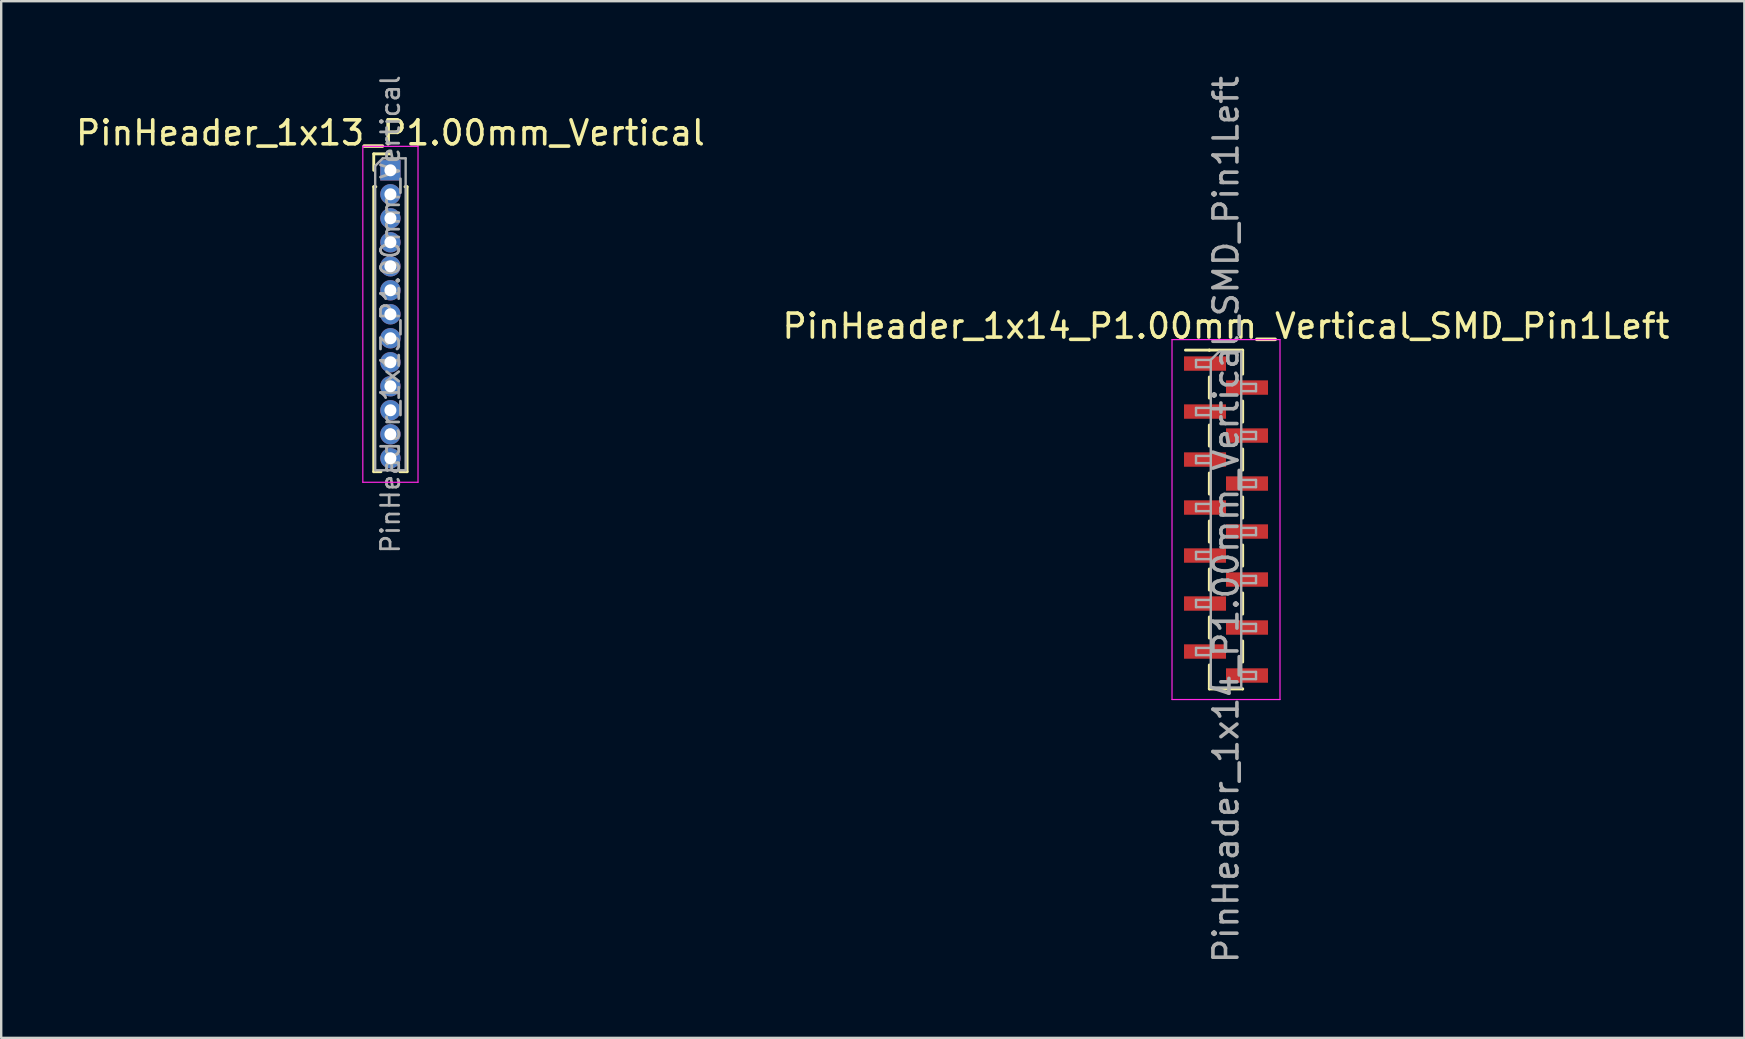
<source format=kicad_pcb>
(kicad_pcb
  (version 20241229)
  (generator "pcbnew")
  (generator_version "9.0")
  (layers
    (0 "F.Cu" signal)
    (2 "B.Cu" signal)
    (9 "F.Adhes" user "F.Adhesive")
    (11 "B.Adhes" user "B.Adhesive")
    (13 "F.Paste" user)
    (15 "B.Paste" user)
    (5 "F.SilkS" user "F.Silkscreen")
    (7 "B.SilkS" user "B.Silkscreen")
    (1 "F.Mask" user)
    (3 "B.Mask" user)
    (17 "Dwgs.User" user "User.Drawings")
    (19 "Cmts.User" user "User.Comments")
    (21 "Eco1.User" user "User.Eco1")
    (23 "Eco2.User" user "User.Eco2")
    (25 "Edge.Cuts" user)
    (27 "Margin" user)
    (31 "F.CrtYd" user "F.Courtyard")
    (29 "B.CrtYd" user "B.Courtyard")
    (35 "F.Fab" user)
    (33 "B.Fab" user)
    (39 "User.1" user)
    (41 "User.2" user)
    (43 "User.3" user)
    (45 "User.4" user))
  (footprint "PinHeader_1x14_P1.00mm_Vertical_SMD_Pin1Left"
    (layer "F.Cu")
    (at 48.042 18.601)
    (property "Reference" "PinHeader_1x14_P1.00mm_Vertical_SMD_Pin1Left" (at 0 -8.06 0) (layer "F.SilkS") (effects (font (size 1 1) (thickness 0.15))))
    (attr smd)
    (fp_line (start -0.695 -7.06) (end -1.69 -7.06) (stroke (width 0.12) (type solid)) (layer "F.SilkS"))
    (fp_line (start -0.695 -7.06) (end -0.695 -7.06) (stroke (width 0.12) (type solid)) (layer "F.SilkS"))
    (fp_line (start -0.695 -7.06) (end 0.695 -7.06) (stroke (width 0.12) (type solid)) (layer "F.SilkS"))
    (fp_line (start -0.695 -5.94) (end -0.695 -5.06) (stroke (width 0.12) (type solid)) (layer "F.SilkS"))
    (fp_line (start -0.695 -3.94) (end -0.695 -3.06) (stroke (width 0.12) (type solid)) (layer "F.SilkS"))
    (fp_line (start -0.695 -1.94) (end -0.695 -1.06) (stroke (width 0.12) (type solid)) (layer "F.SilkS"))
    (fp_line (start -0.695 0.06) (end -0.695 0.94) (stroke (width 0.12) (type solid)) (layer "F.SilkS"))
    (fp_line (start -0.695 2.06) (end -0.695 2.94) (stroke (width 0.12) (type solid)) (layer "F.SilkS"))
    (fp_line (start -0.695 4.06) (end -0.695 4.94) (stroke (width 0.12) (type solid)) (layer "F.SilkS"))
    (fp_line (start -0.695 6.06) (end -0.695 7.06) (stroke (width 0.12) (type solid)) (layer "F.SilkS"))
    (fp_line (start -0.695 7.06) (end 0.695 7.06) (stroke (width 0.12) (type solid)) (layer "F.SilkS"))
    (fp_line (start 0.695 -7.06) (end 0.695 -6.06) (stroke (width 0.12) (type solid)) (layer "F.SilkS"))
    (fp_line (start 0.695 -4.94) (end 0.695 -4.06) (stroke (width 0.12) (type solid)) (layer "F.SilkS"))
    (fp_line (start 0.695 -2.94) (end 0.695 -2.06) (stroke (width 0.12) (type solid)) (layer "F.SilkS"))
    (fp_line (start 0.695 -0.94) (end 0.695 -0.06) (stroke (width 0.12) (type solid)) (layer "F.SilkS"))
    (fp_line (start 0.695 1.06) (end 0.695 1.94) (stroke (width 0.12) (type solid)) (layer "F.SilkS"))
    (fp_line (start 0.695 3.06) (end 0.695 3.94) (stroke (width 0.12) (type solid)) (layer "F.SilkS"))
    (fp_line (start 0.695 5.06) (end 0.695 5.94) (stroke (width 0.12) (type solid)) (layer "F.SilkS"))
    (fp_line (start 0.695 7.06) (end 0.695 7.06) (stroke (width 0.12) (type solid)) (layer "F.SilkS"))
    (fp_line (start -2.25 -7.5) (end -2.25 7.5) (stroke (width 0.05) (type solid)) (layer "F.CrtYd"))
    (fp_line (start -2.25 7.5) (end 2.25 7.5) (stroke (width 0.05) (type solid)) (layer "F.CrtYd"))
    (fp_line (start 2.25 -7.5) (end -2.25 -7.5) (stroke (width 0.05) (type solid)) (layer "F.CrtYd"))
    (fp_line (start 2.25 7.5) (end 2.25 -7.5) (stroke (width 0.05) (type solid)) (layer "F.CrtYd"))
    (fp_line (start -1.25 -6.65) (end -1.25 -6.35) (stroke (width 0.1) (type solid)) (layer "F.Fab"))
    (fp_line (start -1.25 -6.35) (end -0.635 -6.35) (stroke (width 0.1) (type solid)) (layer "F.Fab"))
    (fp_line (start -1.25 -4.65) (end -1.25 -4.35) (stroke (width 0.1) (type solid)) (layer "F.Fab"))
    (fp_line (start -1.25 -4.35) (end -0.635 -4.35) (stroke (width 0.1) (type solid)) (layer "F.Fab"))
    (fp_line (start -1.25 -2.65) (end -1.25 -2.35) (stroke (width 0.1) (type solid)) (layer "F.Fab"))
    (fp_line (start -1.25 -2.35) (end -0.635 -2.35) (stroke (width 0.1) (type solid)) (layer "F.Fab"))
    (fp_line (start -1.25 -0.65) (end -1.25 -0.35) (stroke (width 0.1) (type solid)) (layer "F.Fab"))
    (fp_line (start -1.25 -0.35) (end -0.635 -0.35) (stroke (width 0.1) (type solid)) (layer "F.Fab"))
    (fp_line (start -1.25 1.35) (end -1.25 1.65) (stroke (width 0.1) (type solid)) (layer "F.Fab"))
    (fp_line (start -1.25 1.65) (end -0.635 1.65) (stroke (width 0.1) (type solid)) (layer "F.Fab"))
    (fp_line (start -1.25 3.35) (end -1.25 3.65) (stroke (width 0.1) (type solid)) (layer "F.Fab"))
    (fp_line (start -1.25 3.65) (end -0.635 3.65) (stroke (width 0.1) (type solid)) (layer "F.Fab"))
    (fp_line (start -1.25 5.35) (end -1.25 5.65) (stroke (width 0.1) (type solid)) (layer "F.Fab"))
    (fp_line (start -1.25 5.65) (end -0.635 5.65) (stroke (width 0.1) (type solid)) (layer "F.Fab"))
    (fp_line (start -0.635 -6.65) (end -1.25 -6.65) (stroke (width 0.1) (type solid)) (layer "F.Fab"))
    (fp_line (start -0.635 -6.65) (end -0.285 -7) (stroke (width 0.1) (type solid)) (layer "F.Fab"))
    (fp_line (start -0.635 -4.65) (end -1.25 -4.65) (stroke (width 0.1) (type solid)) (layer "F.Fab"))
    (fp_line (start -0.635 -2.65) (end -1.25 -2.65) (stroke (width 0.1) (type solid)) (layer "F.Fab"))
    (fp_line (start -0.635 -0.65) (end -1.25 -0.65) (stroke (width 0.1) (type solid)) (layer "F.Fab"))
    (fp_line (start -0.635 1.35) (end -1.25 1.35) (stroke (width 0.1) (type solid)) (layer "F.Fab"))
    (fp_line (start -0.635 3.35) (end -1.25 3.35) (stroke (width 0.1) (type solid)) (layer "F.Fab"))
    (fp_line (start -0.635 5.35) (end -1.25 5.35) (stroke (width 0.1) (type solid)) (layer "F.Fab"))
    (fp_line (start -0.635 7) (end -0.635 -6.65) (stroke (width 0.1) (type solid)) (layer "F.Fab"))
    (fp_line (start -0.285 -7) (end 0.635 -7) (stroke (width 0.1) (type solid)) (layer "F.Fab"))
    (fp_line (start 0.635 -7) (end 0.635 7) (stroke (width 0.1) (type solid)) (layer "F.Fab"))
    (fp_line (start 0.635 -5.65) (end 1.25 -5.65) (stroke (width 0.1) (type solid)) (layer "F.Fab"))
    (fp_line (start 0.635 -3.65) (end 1.25 -3.65) (stroke (width 0.1) (type solid)) (layer "F.Fab"))
    (fp_line (start 0.635 -1.65) (end 1.25 -1.65) (stroke (width 0.1) (type solid)) (layer "F.Fab"))
    (fp_line (start 0.635 0.35) (end 1.25 0.35) (stroke (width 0.1) (type solid)) (layer "F.Fab"))
    (fp_line (start 0.635 2.35) (end 1.25 2.35) (stroke (width 0.1) (type solid)) (layer "F.Fab"))
    (fp_line (start 0.635 4.35) (end 1.25 4.35) (stroke (width 0.1) (type solid)) (layer "F.Fab"))
    (fp_line (start 0.635 6.35) (end 1.25 6.35) (stroke (width 0.1) (type solid)) (layer "F.Fab"))
    (fp_line (start 0.635 7) (end -0.635 7) (stroke (width 0.1) (type solid)) (layer "F.Fab"))
    (fp_line (start 1.25 -5.65) (end 1.25 -5.35) (stroke (width 0.1) (type solid)) (layer "F.Fab"))
    (fp_line (start 1.25 -5.35) (end 0.635 -5.35) (stroke (width 0.1) (type solid)) (layer "F.Fab"))
    (fp_line (start 1.25 -3.65) (end 1.25 -3.35) (stroke (width 0.1) (type solid)) (layer "F.Fab"))
    (fp_line (start 1.25 -3.35) (end 0.635 -3.35) (stroke (width 0.1) (type solid)) (layer "F.Fab"))
    (fp_line (start 1.25 -1.65) (end 1.25 -1.35) (stroke (width 0.1) (type solid)) (layer "F.Fab"))
    (fp_line (start 1.25 -1.35) (end 0.635 -1.35) (stroke (width 0.1) (type solid)) (layer "F.Fab"))
    (fp_line (start 1.25 0.35) (end 1.25 0.65) (stroke (width 0.1) (type solid)) (layer "F.Fab"))
    (fp_line (start 1.25 0.65) (end 0.635 0.65) (stroke (width 0.1) (type solid)) (layer "F.Fab"))
    (fp_line (start 1.25 2.35) (end 1.25 2.65) (stroke (width 0.1) (type solid)) (layer "F.Fab"))
    (fp_line (start 1.25 2.65) (end 0.635 2.65) (stroke (width 0.1) (type solid)) (layer "F.Fab"))
    (fp_line (start 1.25 4.35) (end 1.25 4.65) (stroke (width 0.1) (type solid)) (layer "F.Fab"))
    (fp_line (start 1.25 4.65) (end 0.635 4.65) (stroke (width 0.1) (type solid)) (layer "F.Fab"))
    (fp_line (start 1.25 6.35) (end 1.25 6.65) (stroke (width 0.1) (type solid)) (layer "F.Fab"))
    (fp_line (start 1.25 6.65) (end 0.635 6.65) (stroke (width 0.1) (type solid)) (layer "F.Fab"))
    (fp_text user "${REFERENCE}" (at 0 0 90) (layer "F.Fab") (effects (font (size 1 1) (thickness 0.15))))
    (pad "1" smd rect (at -0.875 -6.5) (size 1.75 0.6) (layers "F.Cu" "F.Mask" "F.Paste"))
    (pad "2" smd rect (at 0.875 -5.5) (size 1.75 0.6) (layers "F.Cu" "F.Mask" "F.Paste"))
    (pad "3" smd rect (at -0.875 -4.5) (size 1.75 0.6) (layers "F.Cu" "F.Mask" "F.Paste"))
    (pad "4" smd rect (at 0.875 -3.5) (size 1.75 0.6) (layers "F.Cu" "F.Mask" "F.Paste"))
    (pad "5" smd rect (at -0.875 -2.5) (size 1.75 0.6) (layers "F.Cu" "F.Mask" "F.Paste"))
    (pad "6" smd rect (at 0.875 -1.5) (size 1.75 0.6) (layers "F.Cu" "F.Mask" "F.Paste"))
    (pad "7" smd rect (at -0.875 -0.5) (size 1.75 0.6) (layers "F.Cu" "F.Mask" "F.Paste"))
    (pad "8" smd rect (at 0.875 0.5) (size 1.75 0.6) (layers "F.Cu" "F.Mask" "F.Paste"))
    (pad "9" smd rect (at -0.875 1.5) (size 1.75 0.6) (layers "F.Cu" "F.Mask" "F.Paste"))
    (pad "10" smd rect (at 0.875 2.5) (size 1.75 0.6) (layers "F.Cu" "F.Mask" "F.Paste"))
    (pad "11" smd rect (at -0.875 3.5) (size 1.75 0.6) (layers "F.Cu" "F.Mask" "F.Paste"))
    (pad "12" smd rect (at 0.875 4.5) (size 1.75 0.6) (layers "F.Cu" "F.Mask" "F.Paste"))
    (pad "13" smd rect (at -0.875 5.5) (size 1.75 0.6) (layers "F.Cu" "F.Mask" "F.Paste"))
    (pad "14" smd rect (at 0.875 6.5) (size 1.75 0.6) (layers "F.Cu" "F.Mask" "F.Paste")))
  (footprint "PinHeader_1x13_P1.00mm_Vertical"
    (layer "F.Cu")
    (at 13.22 4.047)
    (property "Reference" "PinHeader_1x13_P1.00mm_Vertical" (at 0 -1.56 0) (layer "F.SilkS") (effects (font (size 1 1) (thickness 0.15))))
    (attr through_hole)
    (fp_line (start -0.695 -0.685) (end 0 -0.685) (stroke (width 0.12) (type solid)) (layer "F.SilkS"))
    (fp_line (start -0.695 0) (end -0.695 -0.685) (stroke (width 0.12) (type solid)) (layer "F.SilkS"))
    (fp_line (start -0.695 0.685) (end -0.695 12.56) (stroke (width 0.12) (type solid)) (layer "F.SilkS"))
    (fp_line (start -0.695 0.685) (end -0.608 0.685) (stroke (width 0.12) (type solid)) (layer "F.SilkS"))
    (fp_line (start -0.695 12.56) (end -0.394 12.56) (stroke (width 0.12) (type solid)) (layer "F.SilkS"))
    (fp_line (start 0.394 12.56) (end 0.695 12.56) (stroke (width 0.12) (type solid)) (layer "F.SilkS"))
    (fp_line (start 0.608 0.685) (end 0.695 0.685) (stroke (width 0.12) (type solid)) (layer "F.SilkS"))
    (fp_line (start 0.695 0.685) (end 0.695 12.56) (stroke (width 0.12) (type solid)) (layer "F.SilkS"))
    (fp_line (start -1.15 -1) (end -1.15 13) (stroke (width 0.05) (type solid)) (layer "F.CrtYd"))
    (fp_line (start -1.15 13) (end 1.15 13) (stroke (width 0.05) (type solid)) (layer "F.CrtYd"))
    (fp_line (start 1.15 -1) (end -1.15 -1) (stroke (width 0.05) (type solid)) (layer "F.CrtYd"))
    (fp_line (start 1.15 13) (end 1.15 -1) (stroke (width 0.05) (type solid)) (layer "F.CrtYd"))
    (fp_line (start -0.635 -0.182) (end -0.318 -0.5) (stroke (width 0.1) (type solid)) (layer "F.Fab"))
    (fp_line (start -0.635 12.5) (end -0.635 -0.182) (stroke (width 0.1) (type solid)) (layer "F.Fab"))
    (fp_line (start -0.318 -0.5) (end 0.635 -0.5) (stroke (width 0.1) (type solid)) (layer "F.Fab"))
    (fp_line (start 0.635 -0.5) (end 0.635 12.5) (stroke (width 0.1) (type solid)) (layer "F.Fab"))
    (fp_line (start 0.635 12.5) (end -0.635 12.5) (stroke (width 0.1) (type solid)) (layer "F.Fab"))
    (fp_text user "${REFERENCE}" (at 0 6 90) (layer "F.Fab") (effects (font (size 0.76 0.76) (thickness 0.114))))
    (pad "1" thru_hole rect (at 0 0) (size 0.85 0.85) (drill 0.5) (layers "*.Cu" "*.Mask"))
    (pad "2" thru_hole oval (at 0 1) (size 0.85 0.85) (drill 0.5) (layers "*.Cu" "*.Mask"))
    (pad "3" thru_hole oval (at 0 2) (size 0.85 0.85) (drill 0.5) (layers "*.Cu" "*.Mask"))
    (pad "4" thru_hole oval (at 0 3) (size 0.85 0.85) (drill 0.5) (layers "*.Cu" "*.Mask"))
    (pad "5" thru_hole oval (at 0 4) (size 0.85 0.85) (drill 0.5) (layers "*.Cu" "*.Mask"))
    (pad "6" thru_hole oval (at 0 5) (size 0.85 0.85) (drill 0.5) (layers "*.Cu" "*.Mask"))
    (pad "7" thru_hole oval (at 0 6) (size 0.85 0.85) (drill 0.5) (layers "*.Cu" "*.Mask"))
    (pad "8" thru_hole oval (at 0 7) (size 0.85 0.85) (drill 0.5) (layers "*.Cu" "*.Mask"))
    (pad "9" thru_hole oval (at 0 8) (size 0.85 0.85) (drill 0.5) (layers "*.Cu" "*.Mask"))
    (pad "10" thru_hole oval (at 0 9) (size 0.85 0.85) (drill 0.5) (layers "*.Cu" "*.Mask"))
    (pad "11" thru_hole oval (at 0 10) (size 0.85 0.85) (drill 0.5) (layers "*.Cu" "*.Mask"))
    (pad "12" thru_hole oval (at 0 11) (size 0.85 0.85) (drill 0.5) (layers "*.Cu" "*.Mask"))
    (pad "13" thru_hole oval (at 0 12) (size 0.85 0.85) (drill 0.5) (layers "*.Cu" "*.Mask")))
  (gr_rect
    (start -3 -3)
    (end 69.643 40.202)
    (stroke (width 0.1) (type default))
    (fill no)
    (layer "Edge.Cuts")))
</source>
